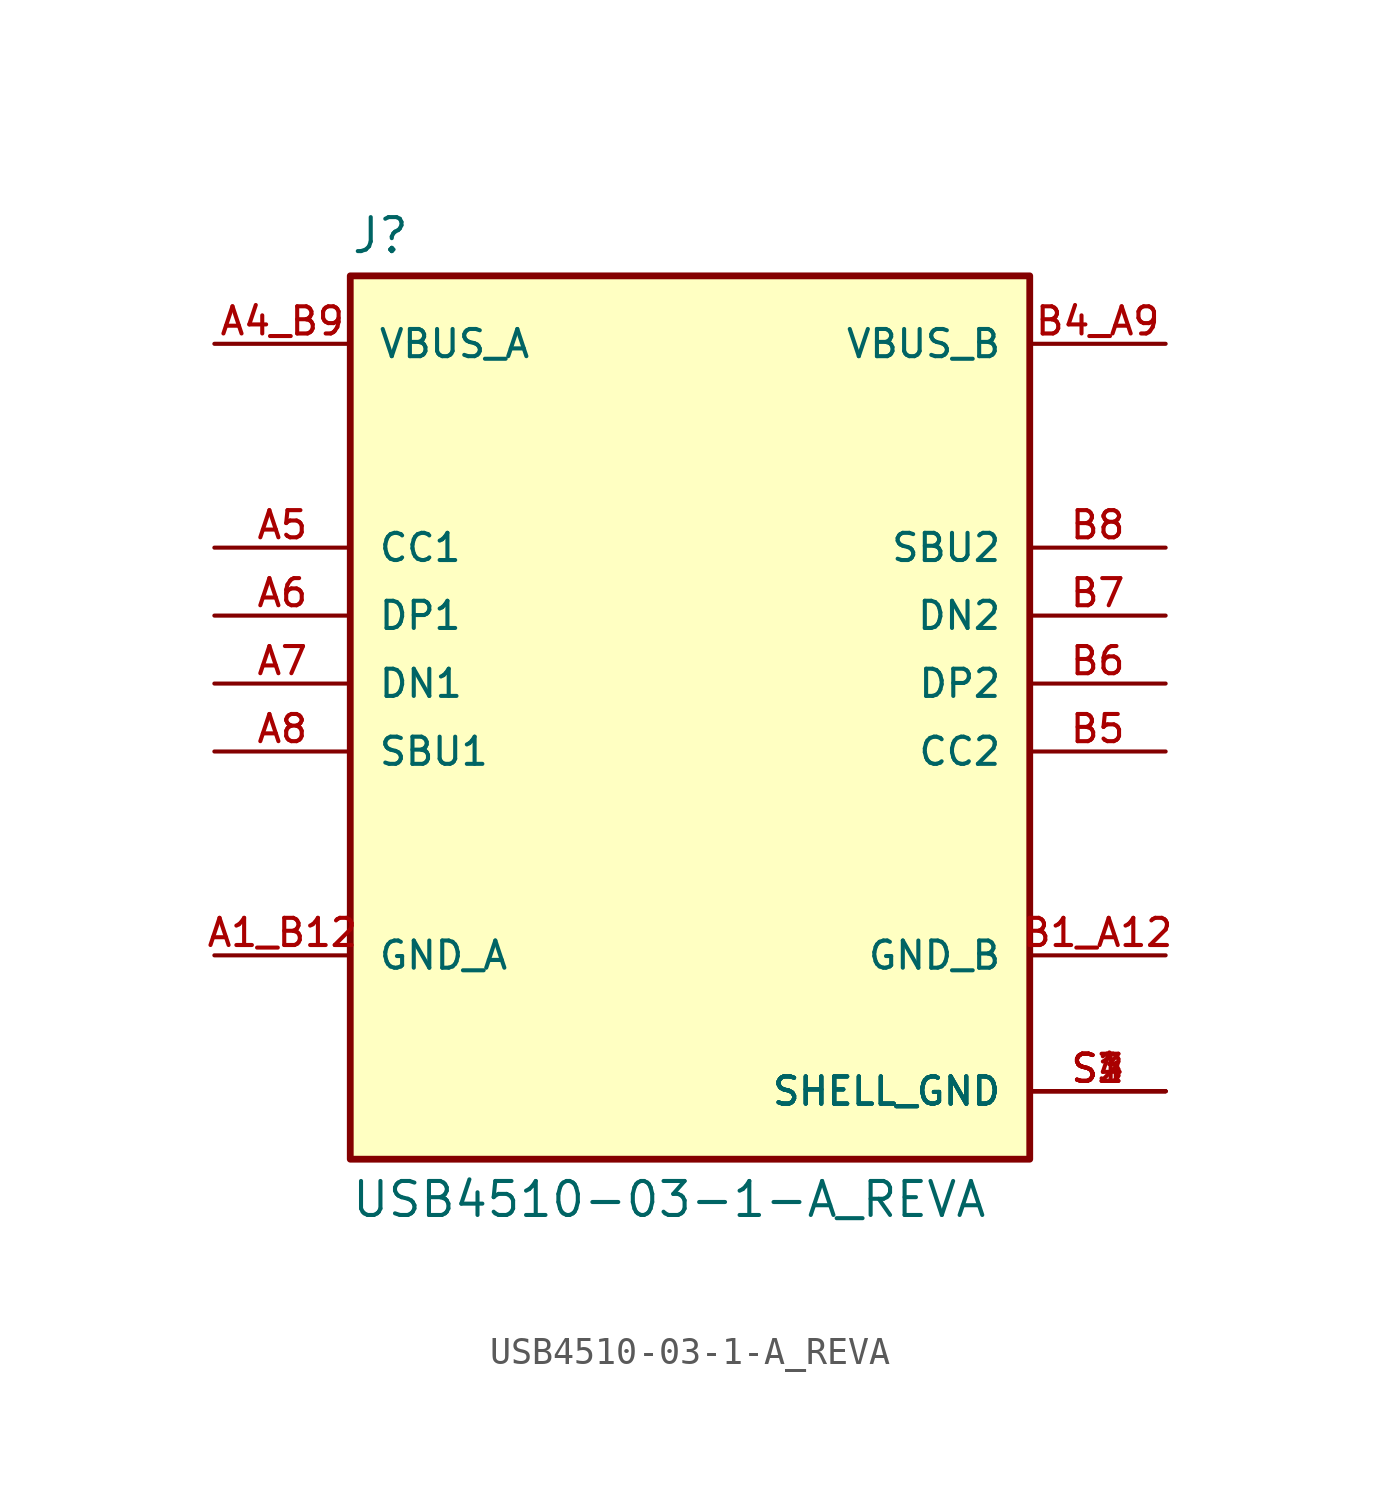
<source format=kicad_sym>
(kicad_symbol_lib
  (version 20211014)
  (generator kicad_symbol_editor)
  (symbol "USB4510-03-1-A_REVA"
    (pin_names
      (offset 1.016))
    (property "Reference" "J"
      (at -12.7 16.002 0)
      (effects (font (size 1.27 1.27)) (justify bottom left)))
    (property "Value" "USB4510-03-1-A_REVA"
      (at -12.7 -18.542 0.0)
      (effects (font (size 1.27 1.27)) (justify top left)))
    (symbol "USB4510-03-1-A_REVA_0_0"
      (rectangle (start -12.7 -17.78) (end 12.7 15.24) (stroke (width 0.254)) (fill (type background)))
      (pin power_in line (at -17.78 -10.16 0) (length 5.08) (name "GND_A" (effects (font (size 1.016 1.016)))) (number "A1_B12" (effects (font (size 1.016 1.016)))))
      (pin power_in line (at -17.78 12.7 0) (length 5.08) (name "VBUS_A" (effects (font (size 1.016 1.016)))) (number "A4_B9" (effects (font (size 1.016 1.016)))))
      (pin bidirectional line (at -17.78 2.54 0) (length 5.08) (name "DP1" (effects (font (size 1.016 1.016)))) (number "A6" (effects (font (size 1.016 1.016)))))
      (pin bidirectional line (at -17.78 5.08 0) (length 5.08) (name "CC1" (effects (font (size 1.016 1.016)))) (number "A5" (effects (font (size 1.016 1.016)))))
      (pin bidirectional line (at -17.78 -2.54 0) (length 5.08) (name "SBU1" (effects (font (size 1.016 1.016)))) (number "A8" (effects (font (size 1.016 1.016)))))
      (pin bidirectional line (at -17.78 0.0 0) (length 5.08) (name "DN1" (effects (font (size 1.016 1.016)))) (number "A7" (effects (font (size 1.016 1.016)))))
      (pin power_in line (at 17.78 -15.24 180.0) (length 5.08) (name "SHELL_GND" (effects (font (size 1.016 1.016)))) (number "S1" (effects (font (size 1.016 1.016)))))
      (pin power_in line (at 17.78 -15.24 180.0) (length 5.08) (name "SHELL_GND" (effects (font (size 1.016 1.016)))) (number "S2" (effects (font (size 1.016 1.016)))))
      (pin power_in line (at 17.78 -15.24 180.0) (length 5.08) (name "SHELL_GND" (effects (font (size 1.016 1.016)))) (number "S3" (effects (font (size 1.016 1.016)))))
      (pin power_in line (at 17.78 -15.24 180.0) (length 5.08) (name "SHELL_GND" (effects (font (size 1.016 1.016)))) (number "S4" (effects (font (size 1.016 1.016)))))
      (pin power_in line (at 17.78 -10.16 180.0) (length 5.08) (name "GND_B" (effects (font (size 1.016 1.016)))) (number "B1_A12" (effects (font (size 1.016 1.016)))))
      (pin power_in line (at 17.78 12.7 180.0) (length 5.08) (name "VBUS_B" (effects (font (size 1.016 1.016)))) (number "B4_A9" (effects (font (size 1.016 1.016)))))
      (pin bidirectional line (at 17.78 0.0 180.0) (length 5.08) (name "DP2" (effects (font (size 1.016 1.016)))) (number "B6" (effects (font (size 1.016 1.016)))))
      (pin bidirectional line (at 17.78 -2.54 180.0) (length 5.08) (name "CC2" (effects (font (size 1.016 1.016)))) (number "B5" (effects (font (size 1.016 1.016)))))
      (pin bidirectional line (at 17.78 5.08 180.0) (length 5.08) (name "SBU2" (effects (font (size 1.016 1.016)))) (number "B8" (effects (font (size 1.016 1.016)))))
      (pin bidirectional line (at 17.78 2.54 180.0) (length 5.08) (name "DN2" (effects (font (size 1.016 1.016)))) (number "B7" (effects (font (size 1.016 1.016))))))))
</source>
